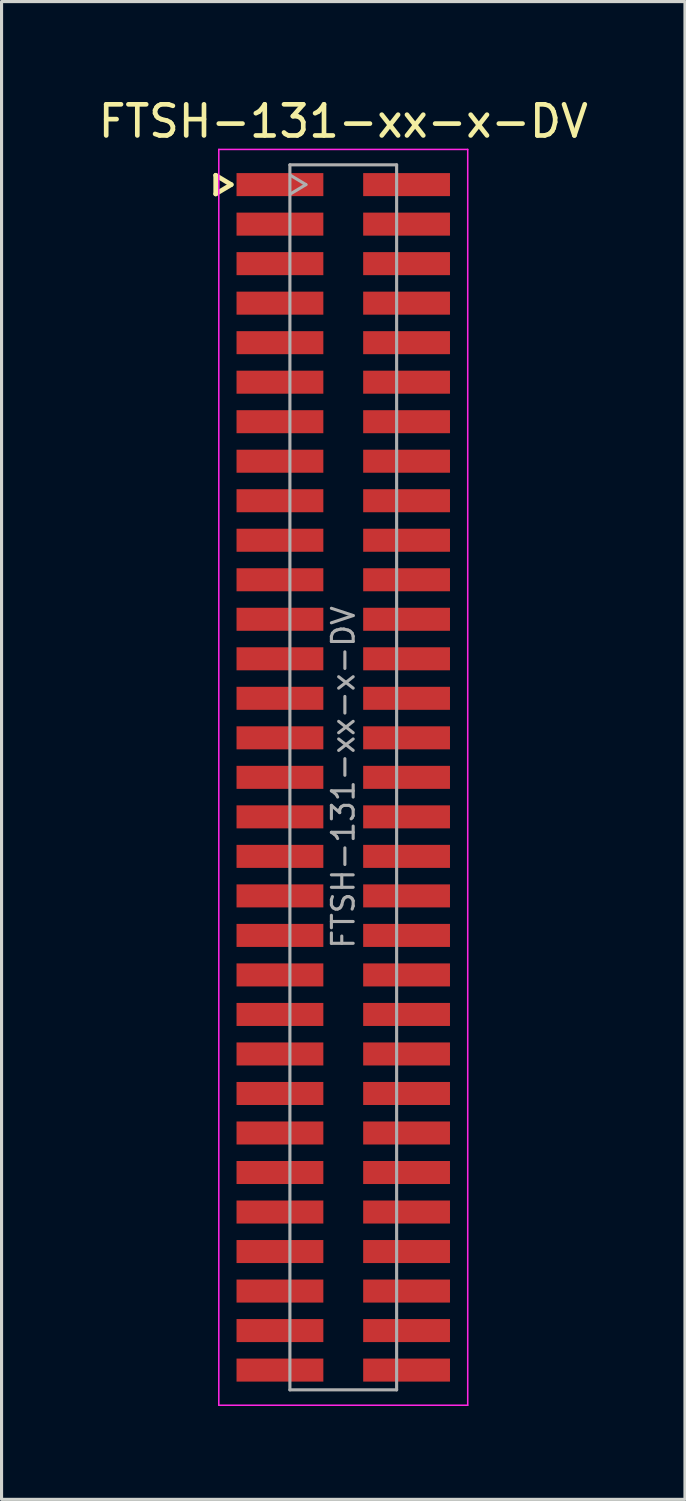
<source format=kicad_pcb>
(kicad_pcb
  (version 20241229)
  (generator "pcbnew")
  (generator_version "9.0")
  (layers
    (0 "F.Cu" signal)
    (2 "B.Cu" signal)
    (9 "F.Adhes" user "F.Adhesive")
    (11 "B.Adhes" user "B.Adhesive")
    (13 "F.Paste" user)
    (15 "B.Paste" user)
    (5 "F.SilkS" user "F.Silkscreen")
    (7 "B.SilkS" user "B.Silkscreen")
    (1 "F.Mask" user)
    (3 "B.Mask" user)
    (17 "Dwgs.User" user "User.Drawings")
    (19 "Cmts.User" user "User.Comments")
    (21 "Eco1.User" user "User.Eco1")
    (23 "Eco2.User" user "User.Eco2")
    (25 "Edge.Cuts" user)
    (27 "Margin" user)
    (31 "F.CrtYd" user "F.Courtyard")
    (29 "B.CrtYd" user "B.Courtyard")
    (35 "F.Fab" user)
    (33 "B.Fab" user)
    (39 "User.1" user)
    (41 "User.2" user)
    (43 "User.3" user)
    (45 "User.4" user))
  (footprint "FTSH-131-xx-x-DV"
    (layer "F.Cu")
    (at 7.982 21.933)
    (property "Reference" "FTSH-131-xx-x-DV" (at 0 -21.085 0) (layer "F.SilkS") (effects (font (size 1 1) (thickness 0.15))))
    (attr smd)
    (fp_line (start -4.1 -19.35) (end -4.1 -18.75) (stroke (width 0.15) (type solid)) (layer "F.SilkS"))
    (fp_line (start -4.1 -18.75) (end -3.6 -19.05) (stroke (width 0.15) (type solid)) (layer "F.SilkS"))
    (fp_line (start -3.6 -19.05) (end -4.1 -19.35) (stroke (width 0.15) (type solid)) (layer "F.SilkS"))
    (fp_line (start -4 -20.18) (end 4 -20.18) (stroke (width 0.05) (type solid)) (layer "F.CrtYd"))
    (fp_line (start -4 20.18) (end -4 -20.18) (stroke (width 0.05) (type solid)) (layer "F.CrtYd"))
    (fp_line (start 4 -20.18) (end 4 20.18) (stroke (width 0.05) (type solid)) (layer "F.CrtYd"))
    (fp_line (start 4 20.18) (end -4 20.18) (stroke (width 0.05) (type solid)) (layer "F.CrtYd"))
    (fp_line (start -1.715 -19.685) (end -1.715 19.685) (stroke (width 0.1) (type solid)) (layer "F.Fab"))
    (fp_line (start -1.715 -19.685) (end 1.715 -19.685) (stroke (width 0.1) (type solid)) (layer "F.Fab"))
    (fp_line (start -1.715 19.685) (end 1.715 19.685) (stroke (width 0.1) (type solid)) (layer "F.Fab"))
    (fp_line (start -1.7 -18.75) (end -1.2 -19.05) (stroke (width 0.1) (type solid)) (layer "F.Fab"))
    (fp_line (start -1.2 -19.05) (end -1.7 -19.35) (stroke (width 0.1) (type solid)) (layer "F.Fab"))
    (fp_line (start 1.715 -19.685) (end 1.715 19.685) (stroke (width 0.1) (type solid)) (layer "F.Fab"))
    (fp_text user "${REFERENCE}" (at 0 0 270) (layer "F.Fab") (effects (font (size 0.7 0.7) (thickness 0.1))))
    (pad "1" smd rect (at -2.035 -19.05) (size 2.79 0.74) (layers "F.Cu" "F.Mask" "F.Paste"))
    (pad "2" smd rect (at 2.035 -19.05) (size 2.79 0.74) (layers "F.Cu" "F.Mask" "F.Paste"))
    (pad "3" smd rect (at -2.035 -17.78) (size 2.79 0.74) (layers "F.Cu" "F.Mask" "F.Paste"))
    (pad "4" smd rect (at 2.035 -17.78) (size 2.79 0.74) (layers "F.Cu" "F.Mask" "F.Paste"))
    (pad "5" smd rect (at -2.035 -16.51) (size 2.79 0.74) (layers "F.Cu" "F.Mask" "F.Paste"))
    (pad "6" smd rect (at 2.035 -16.51) (size 2.79 0.74) (layers "F.Cu" "F.Mask" "F.Paste"))
    (pad "7" smd rect (at -2.035 -15.24) (size 2.79 0.74) (layers "F.Cu" "F.Mask" "F.Paste"))
    (pad "8" smd rect (at 2.035 -15.24) (size 2.79 0.74) (layers "F.Cu" "F.Mask" "F.Paste"))
    (pad "9" smd rect (at -2.035 -13.97) (size 2.79 0.74) (layers "F.Cu" "F.Mask" "F.Paste"))
    (pad "10" smd rect (at 2.035 -13.97) (size 2.79 0.74) (layers "F.Cu" "F.Mask" "F.Paste"))
    (pad "11" smd rect (at -2.035 -12.7) (size 2.79 0.74) (layers "F.Cu" "F.Mask" "F.Paste"))
    (pad "12" smd rect (at 2.035 -12.7) (size 2.79 0.74) (layers "F.Cu" "F.Mask" "F.Paste"))
    (pad "13" smd rect (at -2.035 -11.43) (size 2.79 0.74) (layers "F.Cu" "F.Mask" "F.Paste"))
    (pad "14" smd rect (at 2.035 -11.43) (size 2.79 0.74) (layers "F.Cu" "F.Mask" "F.Paste"))
    (pad "15" smd rect (at -2.035 -10.16) (size 2.79 0.74) (layers "F.Cu" "F.Mask" "F.Paste"))
    (pad "16" smd rect (at 2.035 -10.16) (size 2.79 0.74) (layers "F.Cu" "F.Mask" "F.Paste"))
    (pad "17" smd rect (at -2.035 -8.89) (size 2.79 0.74) (layers "F.Cu" "F.Mask" "F.Paste"))
    (pad "18" smd rect (at 2.035 -8.89) (size 2.79 0.74) (layers "F.Cu" "F.Mask" "F.Paste"))
    (pad "19" smd rect (at -2.035 -7.62) (size 2.79 0.74) (layers "F.Cu" "F.Mask" "F.Paste"))
    (pad "20" smd rect (at 2.035 -7.62) (size 2.79 0.74) (layers "F.Cu" "F.Mask" "F.Paste"))
    (pad "21" smd rect (at -2.035 -6.35) (size 2.79 0.74) (layers "F.Cu" "F.Mask" "F.Paste"))
    (pad "22" smd rect (at 2.035 -6.35) (size 2.79 0.74) (layers "F.Cu" "F.Mask" "F.Paste"))
    (pad "23" smd rect (at -2.035 -5.08) (size 2.79 0.74) (layers "F.Cu" "F.Mask" "F.Paste"))
    (pad "24" smd rect (at 2.035 -5.08) (size 2.79 0.74) (layers "F.Cu" "F.Mask" "F.Paste"))
    (pad "25" smd rect (at -2.035 -3.81) (size 2.79 0.74) (layers "F.Cu" "F.Mask" "F.Paste"))
    (pad "26" smd rect (at 2.035 -3.81) (size 2.79 0.74) (layers "F.Cu" "F.Mask" "F.Paste"))
    (pad "27" smd rect (at -2.035 -2.54) (size 2.79 0.74) (layers "F.Cu" "F.Mask" "F.Paste"))
    (pad "28" smd rect (at 2.035 -2.54) (size 2.79 0.74) (layers "F.Cu" "F.Mask" "F.Paste"))
    (pad "29" smd rect (at -2.035 -1.27) (size 2.79 0.74) (layers "F.Cu" "F.Mask" "F.Paste"))
    (pad "30" smd rect (at 2.035 -1.27) (size 2.79 0.74) (layers "F.Cu" "F.Mask" "F.Paste"))
    (pad "31" smd rect (at -2.035 0) (size 2.79 0.74) (layers "F.Cu" "F.Mask" "F.Paste"))
    (pad "32" smd rect (at 2.035 0) (size 2.79 0.74) (layers "F.Cu" "F.Mask" "F.Paste"))
    (pad "33" smd rect (at -2.035 1.27) (size 2.79 0.74) (layers "F.Cu" "F.Mask" "F.Paste"))
    (pad "34" smd rect (at 2.035 1.27) (size 2.79 0.74) (layers "F.Cu" "F.Mask" "F.Paste"))
    (pad "35" smd rect (at -2.035 2.54) (size 2.79 0.74) (layers "F.Cu" "F.Mask" "F.Paste"))
    (pad "36" smd rect (at 2.035 2.54) (size 2.79 0.74) (layers "F.Cu" "F.Mask" "F.Paste"))
    (pad "37" smd rect (at -2.035 3.81) (size 2.79 0.74) (layers "F.Cu" "F.Mask" "F.Paste"))
    (pad "38" smd rect (at 2.035 3.81) (size 2.79 0.74) (layers "F.Cu" "F.Mask" "F.Paste"))
    (pad "39" smd rect (at -2.035 5.08) (size 2.79 0.74) (layers "F.Cu" "F.Mask" "F.Paste"))
    (pad "40" smd rect (at 2.035 5.08) (size 2.79 0.74) (layers "F.Cu" "F.Mask" "F.Paste"))
    (pad "41" smd rect (at -2.035 6.35) (size 2.79 0.74) (layers "F.Cu" "F.Mask" "F.Paste"))
    (pad "42" smd rect (at 2.035 6.35) (size 2.79 0.74) (layers "F.Cu" "F.Mask" "F.Paste"))
    (pad "43" smd rect (at -2.035 7.62) (size 2.79 0.74) (layers "F.Cu" "F.Mask" "F.Paste"))
    (pad "44" smd rect (at 2.035 7.62) (size 2.79 0.74) (layers "F.Cu" "F.Mask" "F.Paste"))
    (pad "45" smd rect (at -2.035 8.89) (size 2.79 0.74) (layers "F.Cu" "F.Mask" "F.Paste"))
    (pad "46" smd rect (at 2.035 8.89) (size 2.79 0.74) (layers "F.Cu" "F.Mask" "F.Paste"))
    (pad "47" smd rect (at -2.035 10.16) (size 2.79 0.74) (layers "F.Cu" "F.Mask" "F.Paste"))
    (pad "48" smd rect (at 2.035 10.16) (size 2.79 0.74) (layers "F.Cu" "F.Mask" "F.Paste"))
    (pad "49" smd rect (at -2.035 11.43) (size 2.79 0.74) (layers "F.Cu" "F.Mask" "F.Paste"))
    (pad "50" smd rect (at 2.035 11.43) (size 2.79 0.74) (layers "F.Cu" "F.Mask" "F.Paste"))
    (pad "51" smd rect (at -2.035 12.7) (size 2.79 0.74) (layers "F.Cu" "F.Mask" "F.Paste"))
    (pad "52" smd rect (at 2.035 12.7) (size 2.79 0.74) (layers "F.Cu" "F.Mask" "F.Paste"))
    (pad "53" smd rect (at -2.035 13.97) (size 2.79 0.74) (layers "F.Cu" "F.Mask" "F.Paste"))
    (pad "54" smd rect (at 2.035 13.97) (size 2.79 0.74) (layers "F.Cu" "F.Mask" "F.Paste"))
    (pad "55" smd rect (at -2.035 15.24) (size 2.79 0.74) (layers "F.Cu" "F.Mask" "F.Paste"))
    (pad "56" smd rect (at 2.035 15.24) (size 2.79 0.74) (layers "F.Cu" "F.Mask" "F.Paste"))
    (pad "57" smd rect (at -2.035 16.51) (size 2.79 0.74) (layers "F.Cu" "F.Mask" "F.Paste"))
    (pad "58" smd rect (at 2.035 16.51) (size 2.79 0.74) (layers "F.Cu" "F.Mask" "F.Paste"))
    (pad "59" smd rect (at -2.035 17.78) (size 2.79 0.74) (layers "F.Cu" "F.Mask" "F.Paste"))
    (pad "60" smd rect (at 2.035 17.78) (size 2.79 0.74) (layers "F.Cu" "F.Mask" "F.Paste"))
    (pad "61" smd rect (at -2.035 19.05) (size 2.79 0.74) (layers "F.Cu" "F.Mask" "F.Paste"))
    (pad "62" smd rect (at 2.035 19.05) (size 2.79 0.74) (layers "F.Cu" "F.Mask" "F.Paste")))
  (gr_rect
    (start -3 -3)
    (end 18.964 45.138)
    (stroke (width 0.1) (type default))
    (fill no)
    (layer "Edge.Cuts")))
</source>
